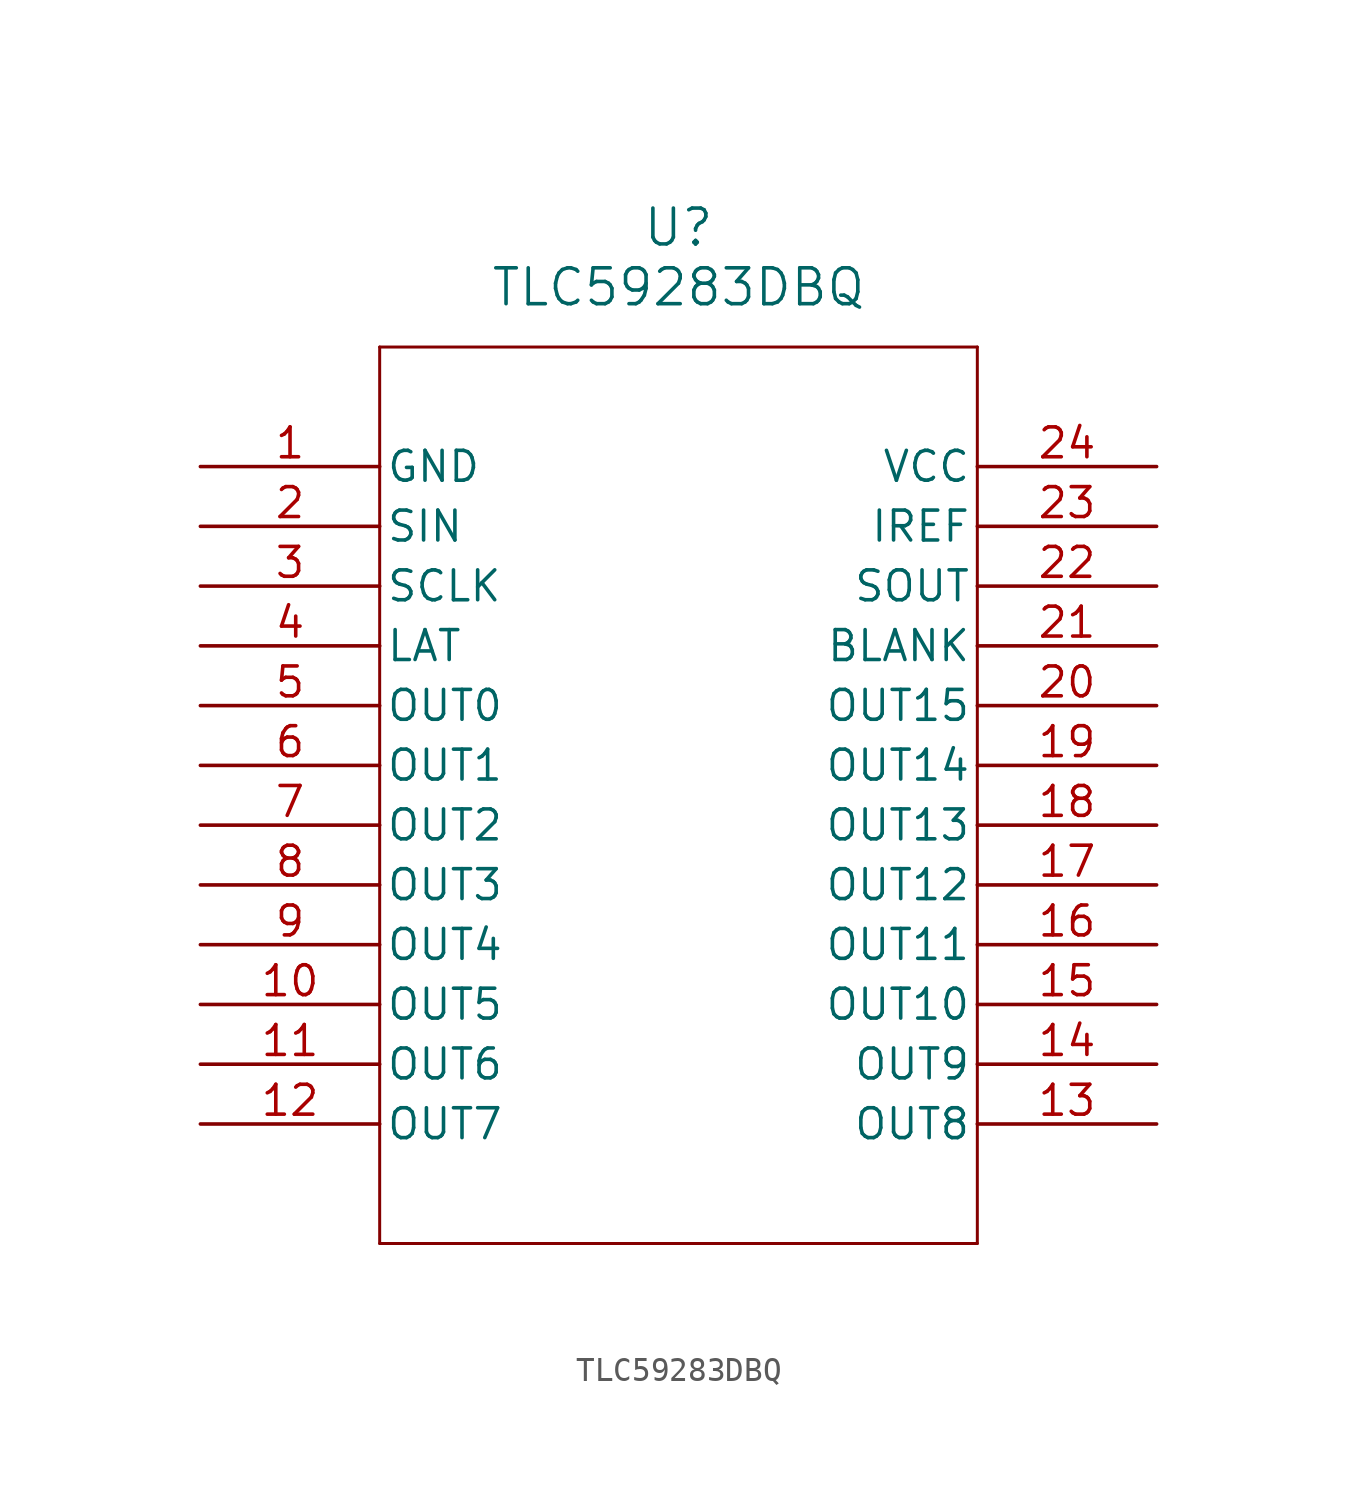
<source format=kicad_sym>
(kicad_symbol_lib
  (version 20211014)
  (generator kicad_symbol_editor)
  (symbol "TLC59283DBQ"
    (pin_names
      (offset 0.254))
    (property "Reference" "U"
      (at 20.32 10.16 0)
      (effects (font (size 1.524 1.524))))
    (property "Value" "TLC59283DBQ"
      (at 20.32 7.62 0)
      (effects (font (size 1.524 1.524))))
    (symbol "TLC59283DBQ_0_1"
      (polyline (pts (xy 7.62 5.08) (xy 7.62 -33.02)) (stroke (width 0.127) (type default) (color 0 0 0 0)) (fill (type none)))
      (polyline (pts (xy 7.62 -33.02) (xy 33.02 -33.02)) (stroke (width 0.127) (type default) (color 0 0 0 0)) (fill (type none)))
      (polyline (pts (xy 33.02 -33.02) (xy 33.02 5.08)) (stroke (width 0.127) (type default) (color 0 0 0 0)) (fill (type none)))
      (polyline (pts (xy 33.02 5.08) (xy 7.62 5.08)) (stroke (width 0.127) (type default) (color 0 0 0 0)) (fill (type none)))
      (pin power_in line (at 0 0 0) (length 7.62) (name "GND" (effects (font (size 1.27 1.27)))) (number "1" (effects (font (size 1.27 1.27)))))
      (pin input line (at 0 -2.54 0) (length 7.62) (name "SIN" (effects (font (size 1.27 1.27)))) (number "2" (effects (font (size 1.27 1.27)))))
      (pin input line (at 0 -5.08 0) (length 7.62) (name "SCLK" (effects (font (size 1.27 1.27)))) (number "3" (effects (font (size 1.27 1.27)))))
      (pin input line (at 0 -7.62 0) (length 7.62) (name "LAT" (effects (font (size 1.27 1.27)))) (number "4" (effects (font (size 1.27 1.27)))))
      (pin output line (at 0 -10.16 0) (length 7.62) (name "OUT0" (effects (font (size 1.27 1.27)))) (number "5" (effects (font (size 1.27 1.27)))))
      (pin output line (at 0 -12.7 0) (length 7.62) (name "OUT1" (effects (font (size 1.27 1.27)))) (number "6" (effects (font (size 1.27 1.27)))))
      (pin output line (at 0 -15.24 0) (length 7.62) (name "OUT2" (effects (font (size 1.27 1.27)))) (number "7" (effects (font (size 1.27 1.27)))))
      (pin output line (at 0 -17.78 0) (length 7.62) (name "OUT3" (effects (font (size 1.27 1.27)))) (number "8" (effects (font (size 1.27 1.27)))))
      (pin output line (at 0 -20.32 0) (length 7.62) (name "OUT4" (effects (font (size 1.27 1.27)))) (number "9" (effects (font (size 1.27 1.27)))))
      (pin output line (at 0 -22.86 0) (length 7.62) (name "OUT5" (effects (font (size 1.27 1.27)))) (number "10" (effects (font (size 1.27 1.27)))))
      (pin output line (at 0 -25.4 0) (length 7.62) (name "OUT6" (effects (font (size 1.27 1.27)))) (number "11" (effects (font (size 1.27 1.27)))))
      (pin output line (at 0 -27.94 0) (length 7.62) (name "OUT7" (effects (font (size 1.27 1.27)))) (number "12" (effects (font (size 1.27 1.27)))))
      (pin output line (at 40.64 -27.94 180) (length 7.62) (name "OUT8" (effects (font (size 1.27 1.27)))) (number "13" (effects (font (size 1.27 1.27)))))
      (pin output line (at 40.64 -25.4 180) (length 7.62) (name "OUT9" (effects (font (size 1.27 1.27)))) (number "14" (effects (font (size 1.27 1.27)))))
      (pin output line (at 40.64 -22.86 180) (length 7.62) (name "OUT10" (effects (font (size 1.27 1.27)))) (number "15" (effects (font (size 1.27 1.27)))))
      (pin output line (at 40.64 -20.32 180) (length 7.62) (name "OUT11" (effects (font (size 1.27 1.27)))) (number "16" (effects (font (size 1.27 1.27)))))
      (pin output line (at 40.64 -17.78 180) (length 7.62) (name "OUT12" (effects (font (size 1.27 1.27)))) (number "17" (effects (font (size 1.27 1.27)))))
      (pin output line (at 40.64 -15.24 180) (length 7.62) (name "OUT13" (effects (font (size 1.27 1.27)))) (number "18" (effects (font (size 1.27 1.27)))))
      (pin output line (at 40.64 -12.7 180) (length 7.62) (name "OUT14" (effects (font (size 1.27 1.27)))) (number "19" (effects (font (size 1.27 1.27)))))
      (pin output line (at 40.64 -10.16 180) (length 7.62) (name "OUT15" (effects (font (size 1.27 1.27)))) (number "20" (effects (font (size 1.27 1.27)))))
      (pin input line (at 40.64 -7.62 180) (length 7.62) (name "BLANK" (effects (font (size 1.27 1.27)))) (number "21" (effects (font (size 1.27 1.27)))))
      (pin output line (at 40.64 -5.08 180) (length 7.62) (name "SOUT" (effects (font (size 1.27 1.27)))) (number "22" (effects (font (size 1.27 1.27)))))
      (pin bidirectional line (at 40.64 -2.54 180) (length 7.62) (name "IREF" (effects (font (size 1.27 1.27)))) (number "23" (effects (font (size 1.27 1.27)))))
      (pin power_in line (at 40.64 0 180) (length 7.62) (name "VCC" (effects (font (size 1.27 1.27)))) (number "24" (effects (font (size 1.27 1.27))))))))
</source>
